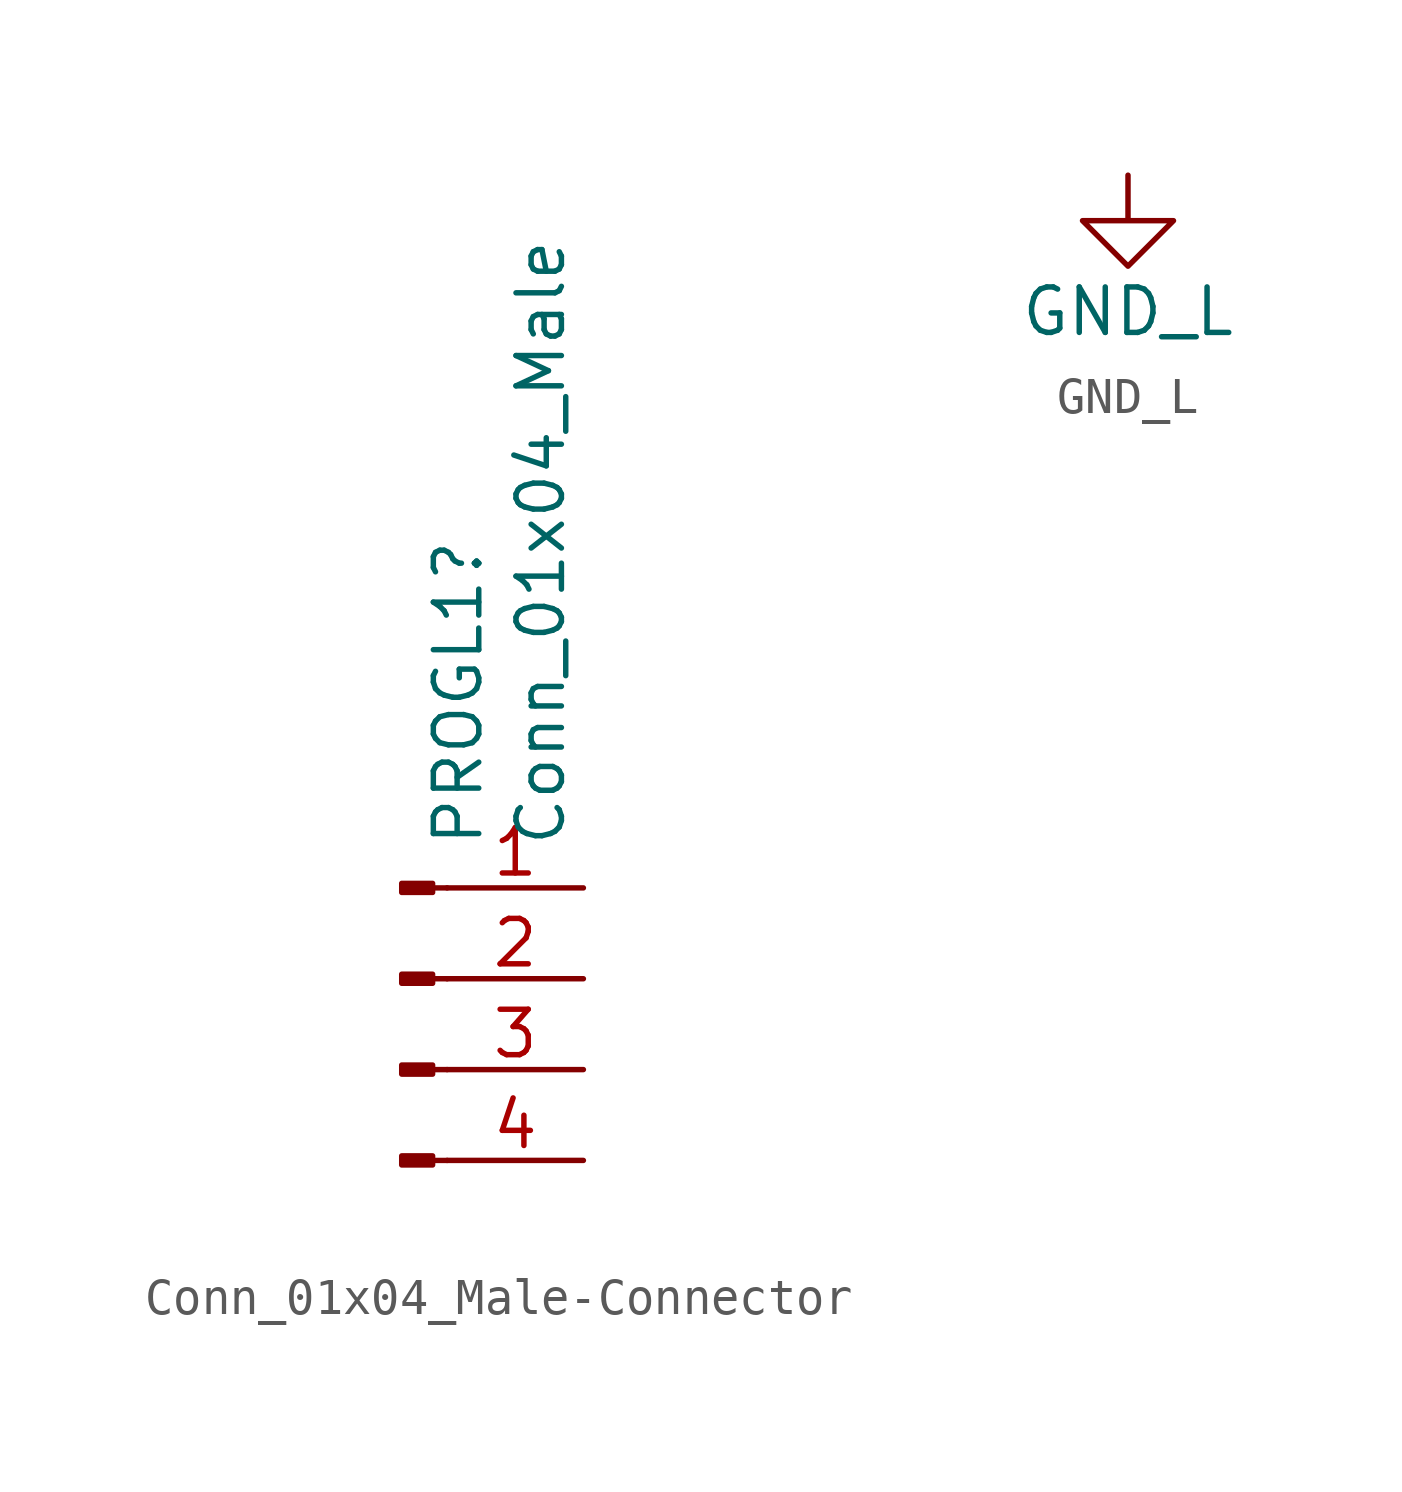
<source format=kicad_sym>
(kicad_symbol_lib
  (version 20220914)
  (generator kicad_symbol_editor)
  (symbol "Conn_01x04_Male-Connector"
    (pin_names
      (offset 1.016) hide)
    (property "Reference" "PROGL1"
      (at 1.575 3.658 90)
      (effects (font (size 1.27 1.27)) (justify left)))
    (property "Value" "Conn_01x04_Male"
      (at 3.886 3.658 90)
      (effects (font (size 1.27 1.27)) (justify left)))
    (symbol "Conn_01x04_Male-Connector_1_1"
      (polyline (pts (xy 1.27 -5.08) (xy 0.864 -5.08)) (stroke (width 0.152) (type solid)) (fill (type none)))
      (polyline (pts (xy 1.27 -2.54) (xy 0.864 -2.54)) (stroke (width 0.152) (type solid)) (fill (type none)))
      (polyline (pts (xy 1.27 0) (xy 0.864 0)) (stroke (width 0.152) (type solid)) (fill (type none)))
      (polyline (pts (xy 1.27 2.54) (xy 0.864 2.54)) (stroke (width 0.152) (type solid)) (fill (type none)))
      (rectangle (start 0.864 -4.953) (end 0 -5.207) (stroke (width 0.152) (type solid)) (fill (type outline)))
      (rectangle (start 0.864 -2.413) (end 0 -2.667) (stroke (width 0.152) (type solid)) (fill (type outline)))
      (rectangle (start 0.864 0.127) (end 0 -0.127) (stroke (width 0.152) (type solid)) (fill (type outline)))
      (rectangle (start 0.864 2.667) (end 0 2.413) (stroke (width 0.152) (type solid)) (fill (type outline)))
      (pin passive line (at 5.08 2.54 180) (length 3.81) (name "Pin_1" (effects (font (size 1.27 1.27)))) (number "1" (effects (font (size 1.27 1.27)))))
      (pin passive line (at 5.08 0 180) (length 3.81) (name "Pin_2" (effects (font (size 1.27 1.27)))) (number "2" (effects (font (size 1.27 1.27)))))
      (pin passive line (at 5.08 -2.54 180) (length 3.81) (name "Pin_3" (effects (font (size 1.27 1.27)))) (number "3" (effects (font (size 1.27 1.27)))))
      (pin passive line (at 5.08 -5.08 180) (length 3.81) (name "Pin_4" (effects (font (size 1.27 1.27)))) (number "4" (effects (font (size 1.27 1.27)))))))
  (symbol "GND_L"
    (power)
    (pin_names
      (offset 0))
    (property "Reference" "#PWR"
      (at 0 -6.35 0)
      (effects (font (size 1.27 1.27)) hide))
    (property "Value" "GND_L"
      (at 0 -3.81 0)
      (effects (font (size 1.27 1.27))))
    (symbol "GND_L_0_1"
      (polyline (pts (xy 0 0) (xy 0 -1.27) (xy 1.27 -1.27) (xy 0 -2.54) (xy -1.27 -1.27) (xy 0 -1.27)) (stroke (width 0) (type solid)) (fill (type none))))
    (symbol "GND_L_1_1"
      (pin power_in line (at 0 0 270) (length 0) hide (name "GND_L" (effects (font (size 1.27 1.27)))) (number "1" (effects (font (size 1.27 1.27))))))))
</source>
